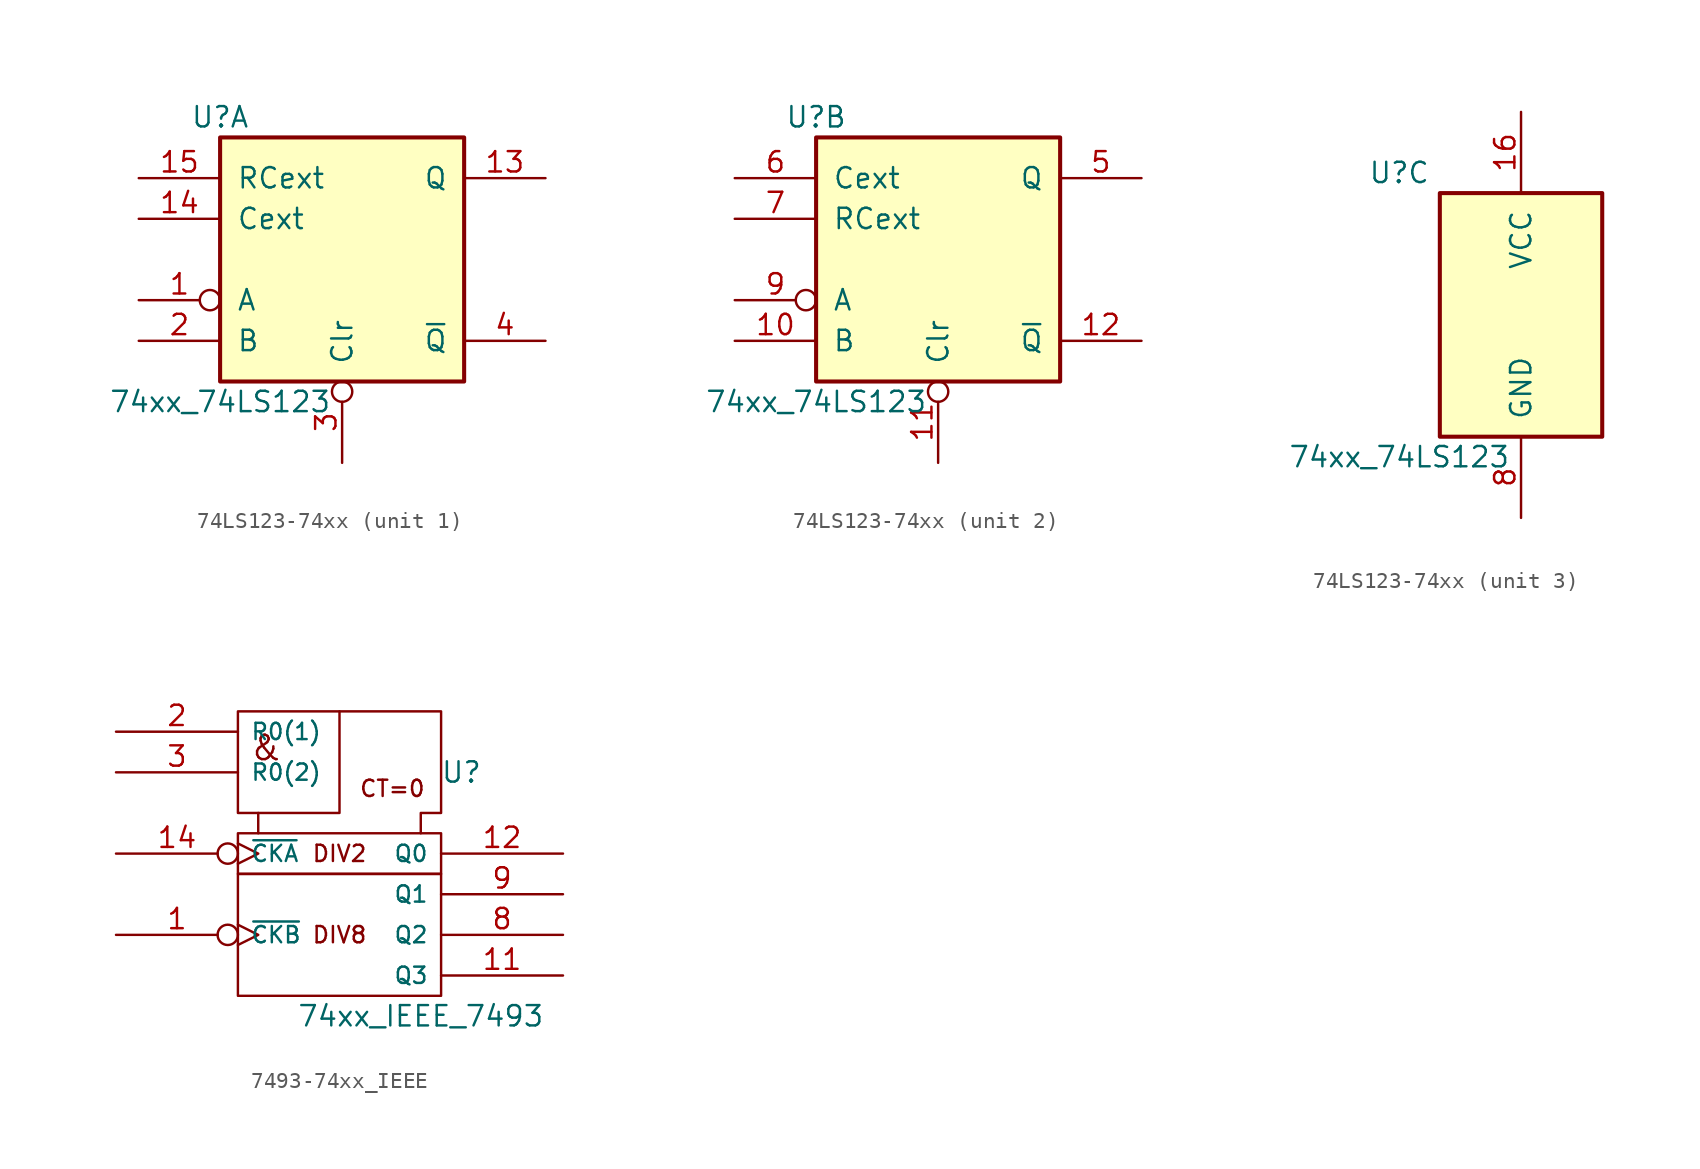
<source format=kicad_sym>
(kicad_symbol_lib
  (version 20220914)
  (generator kicad_symbol_editor)
  (symbol "74LS123-74xx"
    (pin_names
      (offset 1.016))
    (property "Reference" "U"
      (at -7.62 8.89 0)
      (effects (font (size 1.27 1.27))))
    (property "Value" "74xx_74LS123"
      (at -7.62 -8.89 0)
      (effects (font (size 1.27 1.27))))
    (property "ki_locked" ""
      (at 0 0 0)
      (effects (font (size 1.27 1.27))))
    (symbol "74LS123-74xx_1_0"
      (pin input inverted (at -12.7 -2.54 0) (length 5.08) (name "A" (effects (font (size 1.27 1.27)))) (number "1" (effects (font (size 1.27 1.27)))))
      (pin output line (at 12.7 5.08 180) (length 5.08) (name "Q" (effects (font (size 1.27 1.27)))) (number "13" (effects (font (size 1.27 1.27)))))
      (pin input line (at -12.7 2.54 0) (length 5.08) (name "Cext" (effects (font (size 1.27 1.27)))) (number "14" (effects (font (size 1.27 1.27)))))
      (pin input line (at -12.7 5.08 0) (length 5.08) (name "RCext" (effects (font (size 1.27 1.27)))) (number "15" (effects (font (size 1.27 1.27)))))
      (pin input line (at -12.7 -5.08 0) (length 5.08) (name "B" (effects (font (size 1.27 1.27)))) (number "2" (effects (font (size 1.27 1.27)))))
      (pin input inverted (at 0 -12.7 90) (length 5.08) (name "Clr" (effects (font (size 1.27 1.27)))) (number "3" (effects (font (size 1.27 1.27)))))
      (pin output line (at 12.7 -5.08 180) (length 5.08) (name "~{Q}" (effects (font (size 1.27 1.27)))) (number "4" (effects (font (size 1.27 1.27))))))
    (symbol "74LS123-74xx_1_1"
      (rectangle (start -7.62 7.62) (end 7.62 -7.62) (stroke (width 0.254) (type solid)) (fill (type background))))
    (symbol "74LS123-74xx_2_0"
      (pin input line (at -12.7 -5.08 0) (length 5.08) (name "B" (effects (font (size 1.27 1.27)))) (number "10" (effects (font (size 1.27 1.27)))))
      (pin input inverted (at 0 -12.7 90) (length 5.08) (name "Clr" (effects (font (size 1.27 1.27)))) (number "11" (effects (font (size 1.27 1.27)))))
      (pin output line (at 12.7 -5.08 180) (length 5.08) (name "~{Q}" (effects (font (size 1.27 1.27)))) (number "12" (effects (font (size 1.27 1.27)))))
      (pin output line (at 12.7 5.08 180) (length 5.08) (name "Q" (effects (font (size 1.27 1.27)))) (number "5" (effects (font (size 1.27 1.27)))))
      (pin input line (at -12.7 5.08 0) (length 5.08) (name "Cext" (effects (font (size 1.27 1.27)))) (number "6" (effects (font (size 1.27 1.27)))))
      (pin input line (at -12.7 2.54 0) (length 5.08) (name "RCext" (effects (font (size 1.27 1.27)))) (number "7" (effects (font (size 1.27 1.27)))))
      (pin input inverted (at -12.7 -2.54 0) (length 5.08) (name "A" (effects (font (size 1.27 1.27)))) (number "9" (effects (font (size 1.27 1.27))))))
    (symbol "74LS123-74xx_2_1"
      (rectangle (start -7.62 7.62) (end 7.62 -7.62) (stroke (width 0.254) (type solid)) (fill (type background))))
    (symbol "74LS123-74xx_3_0"
      (pin power_in line (at 0 12.7 270) (length 5.08) (name "VCC" (effects (font (size 1.27 1.27)))) (number "16" (effects (font (size 1.27 1.27)))))
      (pin power_in line (at 0 -12.7 90) (length 5.08) (name "GND" (effects (font (size 1.27 1.27)))) (number "8" (effects (font (size 1.27 1.27))))))
    (symbol "74LS123-74xx_3_1"
      (rectangle (start -5.08 7.62) (end 5.08 -7.62) (stroke (width 0.254) (type solid)) (fill (type background)))))
  (symbol "7493-74xx_IEEE"
    (pin_names
      (offset 0.762))
    (property "Reference" "U"
      (at 7.62 5.08 0)
      (effects (font (size 1.27 1.27))))
    (property "Value" "74xx_IEEE_7493"
      (at 5.08 -10.16 0)
      (effects (font (size 1.27 1.27))))
    (symbol "7493-74xx_IEEE_0_0"
      (rectangle (start -6.35 -1.27) (end 6.35 -8.89) (stroke (width 0) (type solid)) (fill (type none)))
      (rectangle (start -6.35 1.27) (end 6.35 -1.27) (stroke (width 0) (type solid)) (fill (type none)))
      (polyline (pts (xy 0 8.89) (xy 0 2.54) (xy -5.08 2.54) (xy -5.08 2.54)) (stroke (width 0) (type solid)) (fill (type none)))
      (polyline (pts (xy -5.08 1.27) (xy -5.08 2.54) (xy -6.35 2.54) (xy -6.35 8.89) (xy 6.35 8.89) (xy 6.35 2.54) (xy 5.08 2.54) (xy 5.08 1.27) (xy 5.08 1.27)) (stroke (width 0) (type solid)) (fill (type none)))
      (text "&" (at -4.572 6.604 0) (effects (font (size 1.524 1.524))))
      (text "CT=0" (at 3.302 4.064 0) (effects (font (size 1.016 1.016))))
      (text "DIV2" (at 0 0 0) (effects (font (size 1.016 1.016))))
      (text "DIV8" (at 0 -5.08 0) (effects (font (size 1.016 1.016))))
      (pin input line (at 1.27 8.89 270) (length 0) hide (name "GND" (effects (font (size 1.016 1.016)))) (number "10" (effects (font (size 1.27 1.27)))))
      (pin power_in line (at 5.08 8.89 270) (length 0) hide (name "VCC" (effects (font (size 1.016 1.016)))) (number "5" (effects (font (size 1.27 1.27))))))
    (symbol "7493-74xx_IEEE_1_1"
      (pin input inverted_clock (at -13.97 -5.08 0) (length 7.62) (name "~{CKB}" (effects (font (size 1.016 1.016)))) (number "1" (effects (font (size 1.27 1.27)))))
      (pin output line (at 13.97 -7.62 180) (length 7.62) (name "Q3" (effects (font (size 1.016 1.016)))) (number "11" (effects (font (size 1.27 1.27)))))
      (pin output line (at 13.97 0 180) (length 7.62) (name "Q0" (effects (font (size 1.016 1.016)))) (number "12" (effects (font (size 1.27 1.27)))))
      (pin input inverted_clock (at -13.97 0 0) (length 7.62) (name "~{CKA}" (effects (font (size 1.016 1.016)))) (number "14" (effects (font (size 1.27 1.27)))))
      (pin input line (at -13.97 7.62 0) (length 7.62) (name "R0(1)" (effects (font (size 1.016 1.016)))) (number "2" (effects (font (size 1.27 1.27)))))
      (pin input line (at -13.97 5.08 0) (length 7.62) (name "R0(2)" (effects (font (size 1.016 1.016)))) (number "3" (effects (font (size 1.27 1.27)))))
      (pin output line (at 13.97 -5.08 180) (length 7.62) (name "Q2" (effects (font (size 1.016 1.016)))) (number "8" (effects (font (size 1.27 1.27)))))
      (pin output line (at 13.97 -2.54 180) (length 7.62) (name "Q1" (effects (font (size 1.016 1.016)))) (number "9" (effects (font (size 1.27 1.27))))))))
</source>
